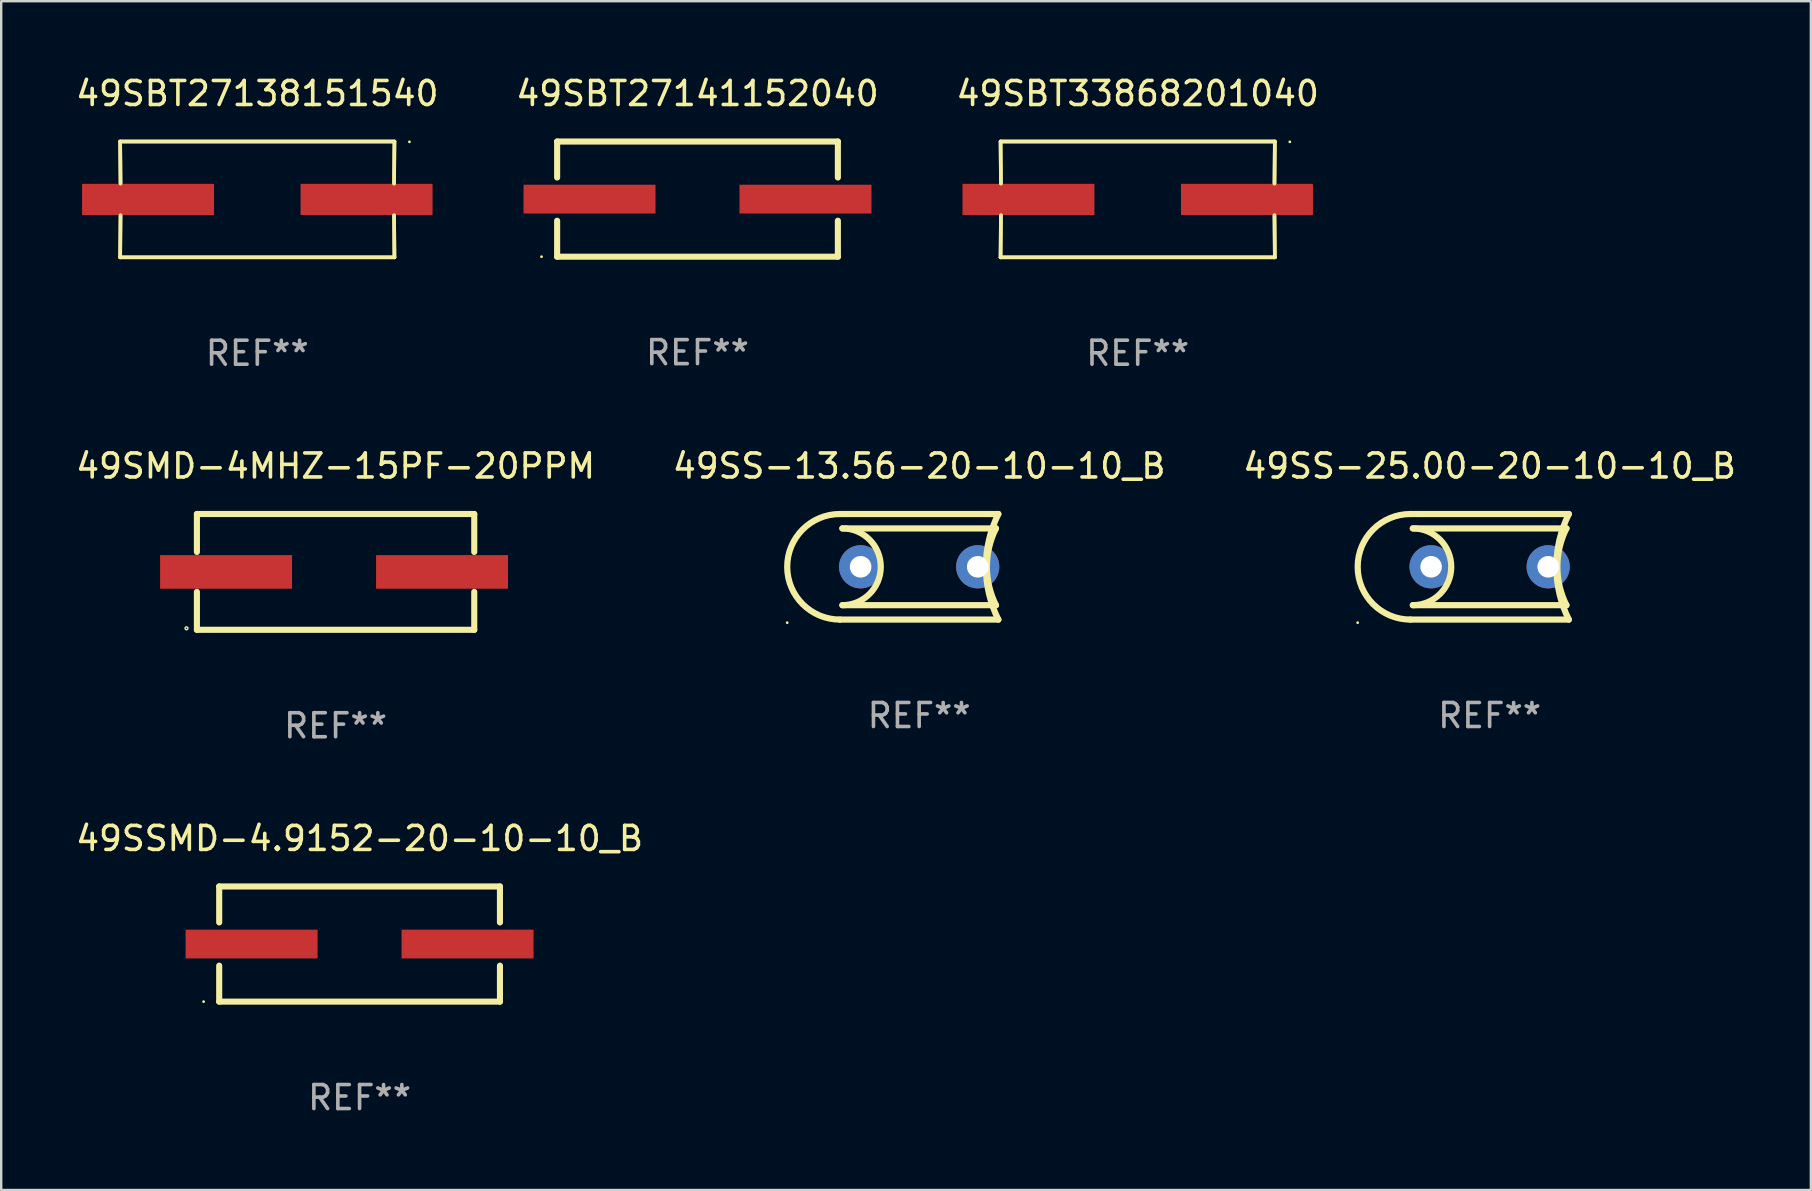
<source format=kicad_pcb>
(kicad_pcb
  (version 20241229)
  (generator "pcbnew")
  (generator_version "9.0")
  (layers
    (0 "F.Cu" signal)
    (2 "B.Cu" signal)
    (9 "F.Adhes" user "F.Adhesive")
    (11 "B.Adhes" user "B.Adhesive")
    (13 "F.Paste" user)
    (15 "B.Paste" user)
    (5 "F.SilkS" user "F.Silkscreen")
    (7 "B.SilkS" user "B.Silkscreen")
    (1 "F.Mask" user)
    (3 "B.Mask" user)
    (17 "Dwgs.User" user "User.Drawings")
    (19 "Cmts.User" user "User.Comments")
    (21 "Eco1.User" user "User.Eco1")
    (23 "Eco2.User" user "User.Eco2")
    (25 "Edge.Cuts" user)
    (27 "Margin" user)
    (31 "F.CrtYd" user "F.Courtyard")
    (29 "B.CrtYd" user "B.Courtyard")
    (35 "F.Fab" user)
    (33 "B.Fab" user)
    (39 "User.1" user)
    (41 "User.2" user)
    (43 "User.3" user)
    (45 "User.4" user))
  (footprint "49SSMD-4.9152-20-10-10_B"
    (layer "F.Cu")
    (at 11.935 36.293)
    (property "Reference" "49SSMD-4.9152-20-10-10_B" (at 0 -4.4 0) (layer "F.SilkS") (effects (font (size 1 1) (thickness 0.15))))
    (attr through_hole)
    (fp_line (start -5.85 -2.4) (end 5.85 -2.4) (stroke (width 0.254) (type solid)) (layer "F.SilkS"))
    (fp_line (start -5.85 -2.4) (end -5.85 -0.9) (stroke (width 0.254) (type solid)) (layer "F.SilkS"))
    (fp_line (start -5.85 2.4) (end 5.85 2.4) (stroke (width 0.254) (type solid)) (layer "F.SilkS"))
    (fp_line (start -5.85 0.9) (end -5.85 2.4) (stroke (width 0.254) (type solid)) (layer "F.SilkS"))
    (fp_line (start 5.85 -2.4) (end 5.85 -0.9) (stroke (width 0.254) (type solid)) (layer "F.SilkS"))
    (fp_line (start 5.85 0.9) (end 5.85 2.4) (stroke (width 0.254) (type solid)) (layer "F.SilkS"))
    (fp_circle (center -6.5 2.4) (end -6.47 2.4) (stroke (width 0.06) (type solid)) (fill no) (layer "F.SilkS"))
    (fp_text user "REF**" (at 0 6.4 0) (layer "F.Fab") (effects (font (size 1 1) (thickness 0.15))))
    (pad "1" smd rect (at -4.5 -0.000025) (size 5.5 1.2) (layers "F.Cu" "F.Mask" "F.Paste"))
    (pad "2" smd rect (at 4.5 -0.000025) (size 5.5 1.2) (layers "F.Cu" "F.Mask" "F.Paste")))
  (footprint "49SS-25.00-20-10-10_B"
    (layer "F.Cu")
    (at 59.03 20.571)
    (property "Reference" "49SS-25.00-20-10-10_B" (at 0 -4.2 0) (layer "F.SilkS") (effects (font (size 1 1) (thickness 0.15))))
    (attr through_hole)
    (fp_line (start -3.3 -2.2) (end 3.3 -2.2) (stroke (width 0.258) (type solid)) (layer "F.SilkS"))
    (fp_line (start -3.2 1.6) (end 3.2 1.6) (stroke (width 0.258) (type solid)) (layer "F.SilkS"))
    (fp_line (start 3.2 -1.6) (end -3.2 -1.6) (stroke (width 0.258) (type solid)) (layer "F.SilkS"))
    (fp_line (start 3.3 2.2) (end -3.3 2.2) (stroke (width 0.258) (type solid)) (layer "F.SilkS"))
    (fp_arc (start -3.299987 2.2) (mid -5.499301 -0.000076) (end -3.299479 -2.199644) (stroke (width 0.258065) (type solid)) (layer "F.SilkS"))
    (fp_arc (start -3.200418 -1.600203) (mid -1.600292 -0.000291) (end -3.200013 1.600025) (stroke (width 0.258065) (type solid)) (layer "F.SilkS"))
    (fp_arc (start 3.200394 1.600203) (mid 2.822512 0.00014) (end 3.199962 -1.600025) (stroke (width 0.258065) (type solid)) (layer "F.SilkS"))
    (fp_arc (start 3.299453 2.199645) (mid 2.780328 -0.000241) (end 3.299987 -2.2) (stroke (width 0.258065) (type solid)) (layer "F.SilkS"))
    (fp_circle (center -5.5 2.329) (end -5.47 2.329) (stroke (width 0.06) (type solid)) (fill no) (layer "F.SilkS"))
    (fp_text user "REF**" (at 0 6.2 0) (layer "F.Fab") (effects (font (size 1 1) (thickness 0.15))))
    (pad "1" thru_hole circle (at -2.44 0) (size 1.8 1.8) (drill 0.9) (layers "*.Cu" "*.Mask"))
    (pad "2" thru_hole circle (at 2.44 0) (size 1.8 1.8) (drill 0.9) (layers "*.Cu" "*.Mask")))
  (footprint "49SBT33868201040"
    (layer "F.Cu")
    (at 44.363 5.261)
    (property "Reference" "49SBT33868201040" (at 0 -4.413 0) (layer "F.SilkS") (effects (font (size 1 1) (thickness 0.15))))
    (attr through_hole)
    (fp_line (start -5.715 -2.413) (end -5.7 -0.662) (stroke (width 0.152) (type solid)) (layer "F.SilkS"))
    (fp_line (start -5.715 -2.413) (end -5.7 -0.662) (stroke (width 0.152) (type solid)) (layer "F.SilkS"))
    (fp_line (start -5.715 2.413) (end 5.715 2.413) (stroke (width 0.152) (type solid)) (layer "F.SilkS"))
    (fp_line (start -5.715 2.413) (end 5.715 2.413) (stroke (width 0.152) (type solid)) (layer "F.SilkS"))
    (fp_line (start -5.7 0.662) (end -5.715 2.413) (stroke (width 0.152) (type solid)) (layer "F.SilkS"))
    (fp_line (start -5.7 0.662) (end -5.715 2.413) (stroke (width 0.152) (type solid)) (layer "F.SilkS"))
    (fp_line (start 5.7 -0.662) (end 5.715 -2.413) (stroke (width 0.152) (type solid)) (layer "F.SilkS"))
    (fp_line (start 5.7 -0.662) (end 5.715 -2.413) (stroke (width 0.152) (type solid)) (layer "F.SilkS"))
    (fp_line (start 5.715 -2.413) (end -5.715 -2.413) (stroke (width 0.152) (type solid)) (layer "F.SilkS"))
    (fp_line (start 5.715 -2.413) (end -5.715 -2.413) (stroke (width 0.152) (type solid)) (layer "F.SilkS"))
    (fp_line (start 5.715 2.413) (end 5.7 0.662) (stroke (width 0.152) (type solid)) (layer "F.SilkS"))
    (fp_line (start 5.715 2.413) (end 5.7 0.662) (stroke (width 0.152) (type solid)) (layer "F.SilkS"))
    (fp_circle (center 6.34 -2.4) (end 6.37 -2.4) (stroke (width 0.06) (type solid)) (fill no) (layer "F.SilkS"))
    (fp_text user "REF**" (at 0 6.413 0) (layer "F.Fab") (effects (font (size 1 1) (thickness 0.15))))
    (pad "1" smd rect (at 4.553 0) (size 5.5 1.3) (layers "F.Cu" "F.Mask" "F.Paste"))
    (pad "2" smd rect (at -4.553 0) (size 5.5 1.3) (layers "F.Cu" "F.Mask" "F.Paste")))
  (footprint "49SBT27141152040"
    (layer "F.Cu")
    (at 26.018 5.248)
    (property "Reference" "49SBT27141152040" (at 0 -4.4 0) (layer "F.SilkS") (effects (font (size 1 1) (thickness 0.15))))
    (attr through_hole)
    (fp_line (start -5.85 -2.4) (end 5.85 -2.4) (stroke (width 0.254) (type solid)) (layer "F.SilkS"))
    (fp_line (start -5.85 -2.4) (end -5.85 -0.9) (stroke (width 0.254) (type solid)) (layer "F.SilkS"))
    (fp_line (start -5.85 2.4) (end 5.85 2.4) (stroke (width 0.254) (type solid)) (layer "F.SilkS"))
    (fp_line (start -5.85 0.9) (end -5.85 2.4) (stroke (width 0.254) (type solid)) (layer "F.SilkS"))
    (fp_line (start 5.85 -2.4) (end 5.85 -0.9) (stroke (width 0.254) (type solid)) (layer "F.SilkS"))
    (fp_line (start 5.85 0.9) (end 5.85 2.4) (stroke (width 0.254) (type solid)) (layer "F.SilkS"))
    (fp_circle (center -6.5 2.4) (end -6.47 2.4) (stroke (width 0.06) (type solid)) (fill no) (layer "F.SilkS"))
    (fp_text user "REF**" (at 0 6.4 0) (layer "F.Fab") (effects (font (size 1 1) (thickness 0.15))))
    (pad "1" smd rect (at -4.5 -0.000025) (size 5.5 1.2) (layers "F.Cu" "F.Mask" "F.Paste"))
    (pad "2" smd rect (at 4.5 -0.000025) (size 5.5 1.2) (layers "F.Cu" "F.Mask" "F.Paste")))
  (footprint "49SBT27138151540"
    (layer "F.Cu")
    (at 7.673 5.261)
    (property "Reference" "49SBT27138151540" (at 0 -4.413 0) (layer "F.SilkS") (effects (font (size 1 1) (thickness 0.15))))
    (attr through_hole)
    (fp_line (start -5.715 -2.413) (end -5.7 -0.662) (stroke (width 0.152) (type solid)) (layer "F.SilkS"))
    (fp_line (start -5.715 -2.413) (end -5.7 -0.662) (stroke (width 0.152) (type solid)) (layer "F.SilkS"))
    (fp_line (start -5.715 2.413) (end 5.715 2.413) (stroke (width 0.152) (type solid)) (layer "F.SilkS"))
    (fp_line (start -5.715 2.413) (end 5.715 2.413) (stroke (width 0.152) (type solid)) (layer "F.SilkS"))
    (fp_line (start -5.7 0.662) (end -5.715 2.413) (stroke (width 0.152) (type solid)) (layer "F.SilkS"))
    (fp_line (start -5.7 0.662) (end -5.715 2.413) (stroke (width 0.152) (type solid)) (layer "F.SilkS"))
    (fp_line (start 5.7 -0.662) (end 5.715 -2.413) (stroke (width 0.152) (type solid)) (layer "F.SilkS"))
    (fp_line (start 5.7 -0.662) (end 5.715 -2.413) (stroke (width 0.152) (type solid)) (layer "F.SilkS"))
    (fp_line (start 5.715 -2.413) (end -5.715 -2.413) (stroke (width 0.152) (type solid)) (layer "F.SilkS"))
    (fp_line (start 5.715 -2.413) (end -5.715 -2.413) (stroke (width 0.152) (type solid)) (layer "F.SilkS"))
    (fp_line (start 5.715 2.413) (end 5.7 0.662) (stroke (width 0.152) (type solid)) (layer "F.SilkS"))
    (fp_line (start 5.715 2.413) (end 5.7 0.662) (stroke (width 0.152) (type solid)) (layer "F.SilkS"))
    (fp_circle (center 6.34 -2.4) (end 6.37 -2.4) (stroke (width 0.06) (type solid)) (fill no) (layer "F.SilkS"))
    (fp_text user "REF**" (at 0 6.413 0) (layer "F.Fab") (effects (font (size 1 1) (thickness 0.15))))
    (pad "1" smd rect (at 4.553 0) (size 5.5 1.3) (layers "F.Cu" "F.Mask" "F.Paste"))
    (pad "2" smd rect (at -4.553 0) (size 5.5 1.3) (layers "F.Cu" "F.Mask" "F.Paste")))
  (footprint "49SMD-4MHZ-15PF-20PPM"
    (layer "F.Cu")
    (at 10.935 20.784)
    (property "Reference" "49SMD-4MHZ-15PF-20PPM" (at 0 -4.413 0) (layer "F.SilkS") (effects (font (size 1 1) (thickness 0.15))))
    (attr through_hole)
    (fp_line (start -5.779 -2.413) (end 5.779 -2.413) (stroke (width 0.254) (type solid)) (layer "F.SilkS"))
    (fp_line (start -5.779 -0.831) (end -5.779 -2.413) (stroke (width 0.254) (type solid)) (layer "F.SilkS"))
    (fp_line (start -5.779 2.413) (end -5.779 0.831) (stroke (width 0.254) (type solid)) (layer "F.SilkS"))
    (fp_line (start 5.779 -2.413) (end 5.779 -0.831) (stroke (width 0.254) (type solid)) (layer "F.SilkS"))
    (fp_line (start 5.779 0.831) (end 5.779 2.413) (stroke (width 0.254) (type solid)) (layer "F.SilkS"))
    (fp_line (start 5.779 2.413) (end -5.779 2.413) (stroke (width 0.254) (type solid)) (layer "F.SilkS"))
    (fp_circle (center -6.213 2.35) (end -6.184 2.35) (stroke (width 0.06) (type solid)) (fill no) (layer "F.SilkS"))
    (fp_text user "REF**" (at 0 6.413 0) (layer "F.Fab") (effects (font (size 1 1) (thickness 0.15))))
    (pad "1" smd rect (at -4.564 0) (size 5.5 1.4) (layers "F.Cu" "F.Mask" "F.Paste"))
    (pad "2" smd rect (at 4.436 0) (size 5.5 1.4) (layers "F.Cu" "F.Mask" "F.Paste")))
  (footprint "49SS-13.56-20-10-10_B"
    (layer "F.Cu")
    (at 35.256 20.571)
    (property "Reference" "49SS-13.56-20-10-10_B" (at 0 -4.2 0) (layer "F.SilkS") (effects (font (size 1 1) (thickness 0.15))))
    (attr through_hole)
    (fp_line (start -3.3 -2.2) (end 3.3 -2.2) (stroke (width 0.258) (type solid)) (layer "F.SilkS"))
    (fp_line (start -3.2 1.6) (end 3.2 1.6) (stroke (width 0.258) (type solid)) (layer "F.SilkS"))
    (fp_line (start 3.2 -1.6) (end -3.2 -1.6) (stroke (width 0.258) (type solid)) (layer "F.SilkS"))
    (fp_line (start 3.3 2.2) (end -3.3 2.2) (stroke (width 0.258) (type solid)) (layer "F.SilkS"))
    (fp_arc (start -3.299987 2.2) (mid -5.499301 -0.000076) (end -3.299479 -2.199644) (stroke (width 0.258065) (type solid)) (layer "F.SilkS"))
    (fp_arc (start -3.200418 -1.600203) (mid -1.600292 -0.000291) (end -3.200013 1.600025) (stroke (width 0.258065) (type solid)) (layer "F.SilkS"))
    (fp_arc (start 3.200394 1.600203) (mid 2.822512 0.00014) (end 3.199962 -1.600025) (stroke (width 0.258065) (type solid)) (layer "F.SilkS"))
    (fp_arc (start 3.299453 2.199645) (mid 2.780328 -0.000241) (end 3.299987 -2.2) (stroke (width 0.258065) (type solid)) (layer "F.SilkS"))
    (fp_circle (center -5.5 2.329) (end -5.47 2.329) (stroke (width 0.06) (type solid)) (fill no) (layer "F.SilkS"))
    (fp_text user "REF**" (at 0 6.2 0) (layer "F.Fab") (effects (font (size 1 1) (thickness 0.15))))
    (pad "1" thru_hole circle (at -2.44 0) (size 1.8 1.8) (drill 0.9) (layers "*.Cu" "*.Mask"))
    (pad "2" thru_hole circle (at 2.44 0) (size 1.8 1.8) (drill 0.9) (layers "*.Cu" "*.Mask")))
  (gr_rect
    (start -3 -3)
    (end 72.417 46.542)
    (stroke (width 0.1) (type default))
    (fill no)
    (layer "Edge.Cuts")))
</source>
